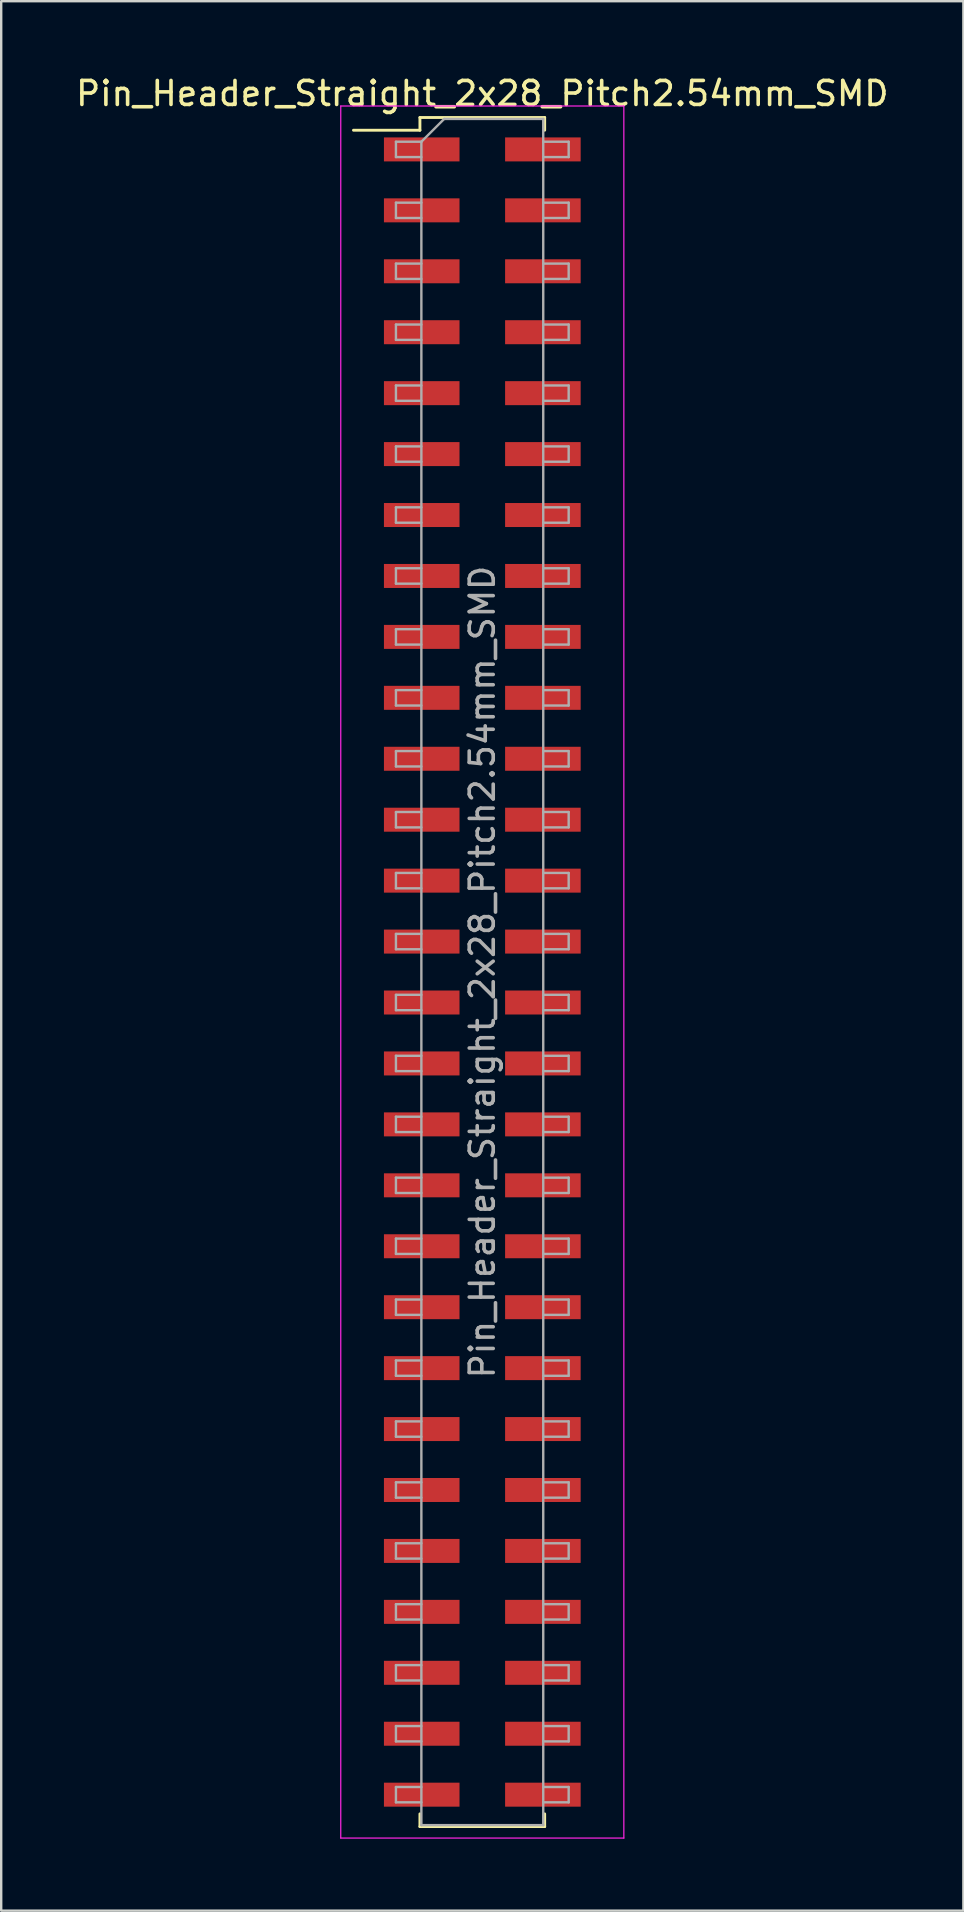
<source format=kicad_pcb>
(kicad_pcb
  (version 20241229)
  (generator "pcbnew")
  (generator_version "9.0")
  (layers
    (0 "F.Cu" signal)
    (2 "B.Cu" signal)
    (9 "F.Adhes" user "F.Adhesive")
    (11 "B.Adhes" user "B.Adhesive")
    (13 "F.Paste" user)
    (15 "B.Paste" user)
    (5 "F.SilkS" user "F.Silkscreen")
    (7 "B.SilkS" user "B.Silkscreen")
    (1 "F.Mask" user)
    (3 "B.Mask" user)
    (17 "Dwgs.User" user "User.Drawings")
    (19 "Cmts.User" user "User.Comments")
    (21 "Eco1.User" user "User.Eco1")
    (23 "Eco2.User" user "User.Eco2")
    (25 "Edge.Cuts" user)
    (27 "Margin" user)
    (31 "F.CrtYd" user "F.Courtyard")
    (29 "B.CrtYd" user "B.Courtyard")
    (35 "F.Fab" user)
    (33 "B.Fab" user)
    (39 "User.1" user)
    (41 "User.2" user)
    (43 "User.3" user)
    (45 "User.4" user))
  (footprint "Pin_Header_Straight_2x28_Pitch2.54mm_SMD"
    (layer "F.Cu")
    (at 17.054 37.468)
    (property "Reference" "Pin_Header_Straight_2x28_Pitch2.54mm_SMD" (at 0 -36.62 0) (layer "F.SilkS") (effects (font (size 1 1) (thickness 0.15))))
    (attr smd)
    (fp_line (start -5.37 -35.09) (end -2.6 -35.09) (stroke (width 0.12) (type solid)) (layer "F.SilkS"))
    (fp_line (start -2.6 -35.62) (end 2.6 -35.62) (stroke (width 0.12) (type solid)) (layer "F.SilkS"))
    (fp_line (start -2.6 -35.09) (end -2.6 -35.62) (stroke (width 0.12) (type solid)) (layer "F.SilkS"))
    (fp_line (start -2.6 35.09) (end -2.6 35.62) (stroke (width 0.12) (type solid)) (layer "F.SilkS"))
    (fp_line (start -2.6 35.62) (end 2.6 35.62) (stroke (width 0.12) (type solid)) (layer "F.SilkS"))
    (fp_line (start 2.6 -35.62) (end 2.6 -35.09) (stroke (width 0.12) (type solid)) (layer "F.SilkS"))
    (fp_line (start 2.6 35.62) (end 2.6 35.09) (stroke (width 0.12) (type solid)) (layer "F.SilkS"))
    (fp_line (start -5.9 -36.1) (end -5.9 36.1) (stroke (width 0.05) (type solid)) (layer "F.CrtYd"))
    (fp_line (start -5.9 36.1) (end 5.9 36.1) (stroke (width 0.05) (type solid)) (layer "F.CrtYd"))
    (fp_line (start 5.9 -36.1) (end -5.9 -36.1) (stroke (width 0.05) (type solid)) (layer "F.CrtYd"))
    (fp_line (start 5.9 36.1) (end 5.9 -36.1) (stroke (width 0.05) (type solid)) (layer "F.CrtYd"))
    (fp_line (start -3.6 -34.61) (end -3.6 -33.97) (stroke (width 0.1) (type solid)) (layer "F.Fab"))
    (fp_line (start -3.6 -33.97) (end -2.54 -33.97) (stroke (width 0.1) (type solid)) (layer "F.Fab"))
    (fp_line (start -3.6 -32.07) (end -3.6 -31.43) (stroke (width 0.1) (type solid)) (layer "F.Fab"))
    (fp_line (start -3.6 -31.43) (end -2.54 -31.43) (stroke (width 0.1) (type solid)) (layer "F.Fab"))
    (fp_line (start -3.6 -29.53) (end -3.6 -28.89) (stroke (width 0.1) (type solid)) (layer "F.Fab"))
    (fp_line (start -3.6 -28.89) (end -2.54 -28.89) (stroke (width 0.1) (type solid)) (layer "F.Fab"))
    (fp_line (start -3.6 -26.99) (end -3.6 -26.35) (stroke (width 0.1) (type solid)) (layer "F.Fab"))
    (fp_line (start -3.6 -26.35) (end -2.54 -26.35) (stroke (width 0.1) (type solid)) (layer "F.Fab"))
    (fp_line (start -3.6 -24.45) (end -3.6 -23.81) (stroke (width 0.1) (type solid)) (layer "F.Fab"))
    (fp_line (start -3.6 -23.81) (end -2.54 -23.81) (stroke (width 0.1) (type solid)) (layer "F.Fab"))
    (fp_line (start -3.6 -21.91) (end -3.6 -21.27) (stroke (width 0.1) (type solid)) (layer "F.Fab"))
    (fp_line (start -3.6 -21.27) (end -2.54 -21.27) (stroke (width 0.1) (type solid)) (layer "F.Fab"))
    (fp_line (start -3.6 -19.37) (end -3.6 -18.73) (stroke (width 0.1) (type solid)) (layer "F.Fab"))
    (fp_line (start -3.6 -18.73) (end -2.54 -18.73) (stroke (width 0.1) (type solid)) (layer "F.Fab"))
    (fp_line (start -3.6 -16.83) (end -3.6 -16.19) (stroke (width 0.1) (type solid)) (layer "F.Fab"))
    (fp_line (start -3.6 -16.19) (end -2.54 -16.19) (stroke (width 0.1) (type solid)) (layer "F.Fab"))
    (fp_line (start -3.6 -14.29) (end -3.6 -13.65) (stroke (width 0.1) (type solid)) (layer "F.Fab"))
    (fp_line (start -3.6 -13.65) (end -2.54 -13.65) (stroke (width 0.1) (type solid)) (layer "F.Fab"))
    (fp_line (start -3.6 -11.75) (end -3.6 -11.11) (stroke (width 0.1) (type solid)) (layer "F.Fab"))
    (fp_line (start -3.6 -11.11) (end -2.54 -11.11) (stroke (width 0.1) (type solid)) (layer "F.Fab"))
    (fp_line (start -3.6 -9.21) (end -3.6 -8.57) (stroke (width 0.1) (type solid)) (layer "F.Fab"))
    (fp_line (start -3.6 -8.57) (end -2.54 -8.57) (stroke (width 0.1) (type solid)) (layer "F.Fab"))
    (fp_line (start -3.6 -6.67) (end -3.6 -6.03) (stroke (width 0.1) (type solid)) (layer "F.Fab"))
    (fp_line (start -3.6 -6.03) (end -2.54 -6.03) (stroke (width 0.1) (type solid)) (layer "F.Fab"))
    (fp_line (start -3.6 -4.13) (end -3.6 -3.49) (stroke (width 0.1) (type solid)) (layer "F.Fab"))
    (fp_line (start -3.6 -3.49) (end -2.54 -3.49) (stroke (width 0.1) (type solid)) (layer "F.Fab"))
    (fp_line (start -3.6 -1.59) (end -3.6 -0.95) (stroke (width 0.1) (type solid)) (layer "F.Fab"))
    (fp_line (start -3.6 -0.95) (end -2.54 -0.95) (stroke (width 0.1) (type solid)) (layer "F.Fab"))
    (fp_line (start -3.6 0.95) (end -3.6 1.59) (stroke (width 0.1) (type solid)) (layer "F.Fab"))
    (fp_line (start -3.6 1.59) (end -2.54 1.59) (stroke (width 0.1) (type solid)) (layer "F.Fab"))
    (fp_line (start -3.6 3.49) (end -3.6 4.13) (stroke (width 0.1) (type solid)) (layer "F.Fab"))
    (fp_line (start -3.6 4.13) (end -2.54 4.13) (stroke (width 0.1) (type solid)) (layer "F.Fab"))
    (fp_line (start -3.6 6.03) (end -3.6 6.67) (stroke (width 0.1) (type solid)) (layer "F.Fab"))
    (fp_line (start -3.6 6.67) (end -2.54 6.67) (stroke (width 0.1) (type solid)) (layer "F.Fab"))
    (fp_line (start -3.6 8.57) (end -3.6 9.21) (stroke (width 0.1) (type solid)) (layer "F.Fab"))
    (fp_line (start -3.6 9.21) (end -2.54 9.21) (stroke (width 0.1) (type solid)) (layer "F.Fab"))
    (fp_line (start -3.6 11.11) (end -3.6 11.75) (stroke (width 0.1) (type solid)) (layer "F.Fab"))
    (fp_line (start -3.6 11.75) (end -2.54 11.75) (stroke (width 0.1) (type solid)) (layer "F.Fab"))
    (fp_line (start -3.6 13.65) (end -3.6 14.29) (stroke (width 0.1) (type solid)) (layer "F.Fab"))
    (fp_line (start -3.6 14.29) (end -2.54 14.29) (stroke (width 0.1) (type solid)) (layer "F.Fab"))
    (fp_line (start -3.6 16.19) (end -3.6 16.83) (stroke (width 0.1) (type solid)) (layer "F.Fab"))
    (fp_line (start -3.6 16.83) (end -2.54 16.83) (stroke (width 0.1) (type solid)) (layer "F.Fab"))
    (fp_line (start -3.6 18.73) (end -3.6 19.37) (stroke (width 0.1) (type solid)) (layer "F.Fab"))
    (fp_line (start -3.6 19.37) (end -2.54 19.37) (stroke (width 0.1) (type solid)) (layer "F.Fab"))
    (fp_line (start -3.6 21.27) (end -3.6 21.91) (stroke (width 0.1) (type solid)) (layer "F.Fab"))
    (fp_line (start -3.6 21.91) (end -2.54 21.91) (stroke (width 0.1) (type solid)) (layer "F.Fab"))
    (fp_line (start -3.6 23.81) (end -3.6 24.45) (stroke (width 0.1) (type solid)) (layer "F.Fab"))
    (fp_line (start -3.6 24.45) (end -2.54 24.45) (stroke (width 0.1) (type solid)) (layer "F.Fab"))
    (fp_line (start -3.6 26.35) (end -3.6 26.99) (stroke (width 0.1) (type solid)) (layer "F.Fab"))
    (fp_line (start -3.6 26.99) (end -2.54 26.99) (stroke (width 0.1) (type solid)) (layer "F.Fab"))
    (fp_line (start -3.6 28.89) (end -3.6 29.53) (stroke (width 0.1) (type solid)) (layer "F.Fab"))
    (fp_line (start -3.6 29.53) (end -2.54 29.53) (stroke (width 0.1) (type solid)) (layer "F.Fab"))
    (fp_line (start -3.6 31.43) (end -3.6 32.07) (stroke (width 0.1) (type solid)) (layer "F.Fab"))
    (fp_line (start -3.6 32.07) (end -2.54 32.07) (stroke (width 0.1) (type solid)) (layer "F.Fab"))
    (fp_line (start -3.6 33.97) (end -3.6 34.61) (stroke (width 0.1) (type solid)) (layer "F.Fab"))
    (fp_line (start -3.6 34.61) (end -2.54 34.61) (stroke (width 0.1) (type solid)) (layer "F.Fab"))
    (fp_line (start -2.54 -34.61) (end -3.6 -34.61) (stroke (width 0.1) (type solid)) (layer "F.Fab"))
    (fp_line (start -2.54 -34.61) (end -1.59 -35.56) (stroke (width 0.1) (type solid)) (layer "F.Fab"))
    (fp_line (start -2.54 -32.07) (end -3.6 -32.07) (stroke (width 0.1) (type solid)) (layer "F.Fab"))
    (fp_line (start -2.54 -29.53) (end -3.6 -29.53) (stroke (width 0.1) (type solid)) (layer "F.Fab"))
    (fp_line (start -2.54 -26.99) (end -3.6 -26.99) (stroke (width 0.1) (type solid)) (layer "F.Fab"))
    (fp_line (start -2.54 -24.45) (end -3.6 -24.45) (stroke (width 0.1) (type solid)) (layer "F.Fab"))
    (fp_line (start -2.54 -21.91) (end -3.6 -21.91) (stroke (width 0.1) (type solid)) (layer "F.Fab"))
    (fp_line (start -2.54 -19.37) (end -3.6 -19.37) (stroke (width 0.1) (type solid)) (layer "F.Fab"))
    (fp_line (start -2.54 -16.83) (end -3.6 -16.83) (stroke (width 0.1) (type solid)) (layer "F.Fab"))
    (fp_line (start -2.54 -14.29) (end -3.6 -14.29) (stroke (width 0.1) (type solid)) (layer "F.Fab"))
    (fp_line (start -2.54 -11.75) (end -3.6 -11.75) (stroke (width 0.1) (type solid)) (layer "F.Fab"))
    (fp_line (start -2.54 -9.21) (end -3.6 -9.21) (stroke (width 0.1) (type solid)) (layer "F.Fab"))
    (fp_line (start -2.54 -6.67) (end -3.6 -6.67) (stroke (width 0.1) (type solid)) (layer "F.Fab"))
    (fp_line (start -2.54 -4.13) (end -3.6 -4.13) (stroke (width 0.1) (type solid)) (layer "F.Fab"))
    (fp_line (start -2.54 -1.59) (end -3.6 -1.59) (stroke (width 0.1) (type solid)) (layer "F.Fab"))
    (fp_line (start -2.54 0.95) (end -3.6 0.95) (stroke (width 0.1) (type solid)) (layer "F.Fab"))
    (fp_line (start -2.54 3.49) (end -3.6 3.49) (stroke (width 0.1) (type solid)) (layer "F.Fab"))
    (fp_line (start -2.54 6.03) (end -3.6 6.03) (stroke (width 0.1) (type solid)) (layer "F.Fab"))
    (fp_line (start -2.54 8.57) (end -3.6 8.57) (stroke (width 0.1) (type solid)) (layer "F.Fab"))
    (fp_line (start -2.54 11.11) (end -3.6 11.11) (stroke (width 0.1) (type solid)) (layer "F.Fab"))
    (fp_line (start -2.54 13.65) (end -3.6 13.65) (stroke (width 0.1) (type solid)) (layer "F.Fab"))
    (fp_line (start -2.54 16.19) (end -3.6 16.19) (stroke (width 0.1) (type solid)) (layer "F.Fab"))
    (fp_line (start -2.54 18.73) (end -3.6 18.73) (stroke (width 0.1) (type solid)) (layer "F.Fab"))
    (fp_line (start -2.54 21.27) (end -3.6 21.27) (stroke (width 0.1) (type solid)) (layer "F.Fab"))
    (fp_line (start -2.54 23.81) (end -3.6 23.81) (stroke (width 0.1) (type solid)) (layer "F.Fab"))
    (fp_line (start -2.54 26.35) (end -3.6 26.35) (stroke (width 0.1) (type solid)) (layer "F.Fab"))
    (fp_line (start -2.54 28.89) (end -3.6 28.89) (stroke (width 0.1) (type solid)) (layer "F.Fab"))
    (fp_line (start -2.54 31.43) (end -3.6 31.43) (stroke (width 0.1) (type solid)) (layer "F.Fab"))
    (fp_line (start -2.54 33.97) (end -3.6 33.97) (stroke (width 0.1) (type solid)) (layer "F.Fab"))
    (fp_line (start -2.54 35.56) (end -2.54 -34.61) (stroke (width 0.1) (type solid)) (layer "F.Fab"))
    (fp_line (start -1.59 -35.56) (end 2.54 -35.56) (stroke (width 0.1) (type solid)) (layer "F.Fab"))
    (fp_line (start 2.54 -35.56) (end 2.54 35.56) (stroke (width 0.1) (type solid)) (layer "F.Fab"))
    (fp_line (start 2.54 -34.61) (end 3.6 -34.61) (stroke (width 0.1) (type solid)) (layer "F.Fab"))
    (fp_line (start 2.54 -32.07) (end 3.6 -32.07) (stroke (width 0.1) (type solid)) (layer "F.Fab"))
    (fp_line (start 2.54 -29.53) (end 3.6 -29.53) (stroke (width 0.1) (type solid)) (layer "F.Fab"))
    (fp_line (start 2.54 -26.99) (end 3.6 -26.99) (stroke (width 0.1) (type solid)) (layer "F.Fab"))
    (fp_line (start 2.54 -24.45) (end 3.6 -24.45) (stroke (width 0.1) (type solid)) (layer "F.Fab"))
    (fp_line (start 2.54 -21.91) (end 3.6 -21.91) (stroke (width 0.1) (type solid)) (layer "F.Fab"))
    (fp_line (start 2.54 -19.37) (end 3.6 -19.37) (stroke (width 0.1) (type solid)) (layer "F.Fab"))
    (fp_line (start 2.54 -16.83) (end 3.6 -16.83) (stroke (width 0.1) (type solid)) (layer "F.Fab"))
    (fp_line (start 2.54 -14.29) (end 3.6 -14.29) (stroke (width 0.1) (type solid)) (layer "F.Fab"))
    (fp_line (start 2.54 -11.75) (end 3.6 -11.75) (stroke (width 0.1) (type solid)) (layer "F.Fab"))
    (fp_line (start 2.54 -9.21) (end 3.6 -9.21) (stroke (width 0.1) (type solid)) (layer "F.Fab"))
    (fp_line (start 2.54 -6.67) (end 3.6 -6.67) (stroke (width 0.1) (type solid)) (layer "F.Fab"))
    (fp_line (start 2.54 -4.13) (end 3.6 -4.13) (stroke (width 0.1) (type solid)) (layer "F.Fab"))
    (fp_line (start 2.54 -1.59) (end 3.6 -1.59) (stroke (width 0.1) (type solid)) (layer "F.Fab"))
    (fp_line (start 2.54 0.95) (end 3.6 0.95) (stroke (width 0.1) (type solid)) (layer "F.Fab"))
    (fp_line (start 2.54 3.49) (end 3.6 3.49) (stroke (width 0.1) (type solid)) (layer "F.Fab"))
    (fp_line (start 2.54 6.03) (end 3.6 6.03) (stroke (width 0.1) (type solid)) (layer "F.Fab"))
    (fp_line (start 2.54 8.57) (end 3.6 8.57) (stroke (width 0.1) (type solid)) (layer "F.Fab"))
    (fp_line (start 2.54 11.11) (end 3.6 11.11) (stroke (width 0.1) (type solid)) (layer "F.Fab"))
    (fp_line (start 2.54 13.65) (end 3.6 13.65) (stroke (width 0.1) (type solid)) (layer "F.Fab"))
    (fp_line (start 2.54 16.19) (end 3.6 16.19) (stroke (width 0.1) (type solid)) (layer "F.Fab"))
    (fp_line (start 2.54 18.73) (end 3.6 18.73) (stroke (width 0.1) (type solid)) (layer "F.Fab"))
    (fp_line (start 2.54 21.27) (end 3.6 21.27) (stroke (width 0.1) (type solid)) (layer "F.Fab"))
    (fp_line (start 2.54 23.81) (end 3.6 23.81) (stroke (width 0.1) (type solid)) (layer "F.Fab"))
    (fp_line (start 2.54 26.35) (end 3.6 26.35) (stroke (width 0.1) (type solid)) (layer "F.Fab"))
    (fp_line (start 2.54 28.89) (end 3.6 28.89) (stroke (width 0.1) (type solid)) (layer "F.Fab"))
    (fp_line (start 2.54 31.43) (end 3.6 31.43) (stroke (width 0.1) (type solid)) (layer "F.Fab"))
    (fp_line (start 2.54 33.97) (end 3.6 33.97) (stroke (width 0.1) (type solid)) (layer "F.Fab"))
    (fp_line (start 2.54 35.56) (end -2.54 35.56) (stroke (width 0.1) (type solid)) (layer "F.Fab"))
    (fp_line (start 3.6 -34.61) (end 3.6 -33.97) (stroke (width 0.1) (type solid)) (layer "F.Fab"))
    (fp_line (start 3.6 -33.97) (end 2.54 -33.97) (stroke (width 0.1) (type solid)) (layer "F.Fab"))
    (fp_line (start 3.6 -32.07) (end 3.6 -31.43) (stroke (width 0.1) (type solid)) (layer "F.Fab"))
    (fp_line (start 3.6 -31.43) (end 2.54 -31.43) (stroke (width 0.1) (type solid)) (layer "F.Fab"))
    (fp_line (start 3.6 -29.53) (end 3.6 -28.89) (stroke (width 0.1) (type solid)) (layer "F.Fab"))
    (fp_line (start 3.6 -28.89) (end 2.54 -28.89) (stroke (width 0.1) (type solid)) (layer "F.Fab"))
    (fp_line (start 3.6 -26.99) (end 3.6 -26.35) (stroke (width 0.1) (type solid)) (layer "F.Fab"))
    (fp_line (start 3.6 -26.35) (end 2.54 -26.35) (stroke (width 0.1) (type solid)) (layer "F.Fab"))
    (fp_line (start 3.6 -24.45) (end 3.6 -23.81) (stroke (width 0.1) (type solid)) (layer "F.Fab"))
    (fp_line (start 3.6 -23.81) (end 2.54 -23.81) (stroke (width 0.1) (type solid)) (layer "F.Fab"))
    (fp_line (start 3.6 -21.91) (end 3.6 -21.27) (stroke (width 0.1) (type solid)) (layer "F.Fab"))
    (fp_line (start 3.6 -21.27) (end 2.54 -21.27) (stroke (width 0.1) (type solid)) (layer "F.Fab"))
    (fp_line (start 3.6 -19.37) (end 3.6 -18.73) (stroke (width 0.1) (type solid)) (layer "F.Fab"))
    (fp_line (start 3.6 -18.73) (end 2.54 -18.73) (stroke (width 0.1) (type solid)) (layer "F.Fab"))
    (fp_line (start 3.6 -16.83) (end 3.6 -16.19) (stroke (width 0.1) (type solid)) (layer "F.Fab"))
    (fp_line (start 3.6 -16.19) (end 2.54 -16.19) (stroke (width 0.1) (type solid)) (layer "F.Fab"))
    (fp_line (start 3.6 -14.29) (end 3.6 -13.65) (stroke (width 0.1) (type solid)) (layer "F.Fab"))
    (fp_line (start 3.6 -13.65) (end 2.54 -13.65) (stroke (width 0.1) (type solid)) (layer "F.Fab"))
    (fp_line (start 3.6 -11.75) (end 3.6 -11.11) (stroke (width 0.1) (type solid)) (layer "F.Fab"))
    (fp_line (start 3.6 -11.11) (end 2.54 -11.11) (stroke (width 0.1) (type solid)) (layer "F.Fab"))
    (fp_line (start 3.6 -9.21) (end 3.6 -8.57) (stroke (width 0.1) (type solid)) (layer "F.Fab"))
    (fp_line (start 3.6 -8.57) (end 2.54 -8.57) (stroke (width 0.1) (type solid)) (layer "F.Fab"))
    (fp_line (start 3.6 -6.67) (end 3.6 -6.03) (stroke (width 0.1) (type solid)) (layer "F.Fab"))
    (fp_line (start 3.6 -6.03) (end 2.54 -6.03) (stroke (width 0.1) (type solid)) (layer "F.Fab"))
    (fp_line (start 3.6 -4.13) (end 3.6 -3.49) (stroke (width 0.1) (type solid)) (layer "F.Fab"))
    (fp_line (start 3.6 -3.49) (end 2.54 -3.49) (stroke (width 0.1) (type solid)) (layer "F.Fab"))
    (fp_line (start 3.6 -1.59) (end 3.6 -0.95) (stroke (width 0.1) (type solid)) (layer "F.Fab"))
    (fp_line (start 3.6 -0.95) (end 2.54 -0.95) (stroke (width 0.1) (type solid)) (layer "F.Fab"))
    (fp_line (start 3.6 0.95) (end 3.6 1.59) (stroke (width 0.1) (type solid)) (layer "F.Fab"))
    (fp_line (start 3.6 1.59) (end 2.54 1.59) (stroke (width 0.1) (type solid)) (layer "F.Fab"))
    (fp_line (start 3.6 3.49) (end 3.6 4.13) (stroke (width 0.1) (type solid)) (layer "F.Fab"))
    (fp_line (start 3.6 4.13) (end 2.54 4.13) (stroke (width 0.1) (type solid)) (layer "F.Fab"))
    (fp_line (start 3.6 6.03) (end 3.6 6.67) (stroke (width 0.1) (type solid)) (layer "F.Fab"))
    (fp_line (start 3.6 6.67) (end 2.54 6.67) (stroke (width 0.1) (type solid)) (layer "F.Fab"))
    (fp_line (start 3.6 8.57) (end 3.6 9.21) (stroke (width 0.1) (type solid)) (layer "F.Fab"))
    (fp_line (start 3.6 9.21) (end 2.54 9.21) (stroke (width 0.1) (type solid)) (layer "F.Fab"))
    (fp_line (start 3.6 11.11) (end 3.6 11.75) (stroke (width 0.1) (type solid)) (layer "F.Fab"))
    (fp_line (start 3.6 11.75) (end 2.54 11.75) (stroke (width 0.1) (type solid)) (layer "F.Fab"))
    (fp_line (start 3.6 13.65) (end 3.6 14.29) (stroke (width 0.1) (type solid)) (layer "F.Fab"))
    (fp_line (start 3.6 14.29) (end 2.54 14.29) (stroke (width 0.1) (type solid)) (layer "F.Fab"))
    (fp_line (start 3.6 16.19) (end 3.6 16.83) (stroke (width 0.1) (type solid)) (layer "F.Fab"))
    (fp_line (start 3.6 16.83) (end 2.54 16.83) (stroke (width 0.1) (type solid)) (layer "F.Fab"))
    (fp_line (start 3.6 18.73) (end 3.6 19.37) (stroke (width 0.1) (type solid)) (layer "F.Fab"))
    (fp_line (start 3.6 19.37) (end 2.54 19.37) (stroke (width 0.1) (type solid)) (layer "F.Fab"))
    (fp_line (start 3.6 21.27) (end 3.6 21.91) (stroke (width 0.1) (type solid)) (layer "F.Fab"))
    (fp_line (start 3.6 21.91) (end 2.54 21.91) (stroke (width 0.1) (type solid)) (layer "F.Fab"))
    (fp_line (start 3.6 23.81) (end 3.6 24.45) (stroke (width 0.1) (type solid)) (layer "F.Fab"))
    (fp_line (start 3.6 24.45) (end 2.54 24.45) (stroke (width 0.1) (type solid)) (layer "F.Fab"))
    (fp_line (start 3.6 26.35) (end 3.6 26.99) (stroke (width 0.1) (type solid)) (layer "F.Fab"))
    (fp_line (start 3.6 26.99) (end 2.54 26.99) (stroke (width 0.1) (type solid)) (layer "F.Fab"))
    (fp_line (start 3.6 28.89) (end 3.6 29.53) (stroke (width 0.1) (type solid)) (layer "F.Fab"))
    (fp_line (start 3.6 29.53) (end 2.54 29.53) (stroke (width 0.1) (type solid)) (layer "F.Fab"))
    (fp_line (start 3.6 31.43) (end 3.6 32.07) (stroke (width 0.1) (type solid)) (layer "F.Fab"))
    (fp_line (start 3.6 32.07) (end 2.54 32.07) (stroke (width 0.1) (type solid)) (layer "F.Fab"))
    (fp_line (start 3.6 33.97) (end 3.6 34.61) (stroke (width 0.1) (type solid)) (layer "F.Fab"))
    (fp_line (start 3.6 34.61) (end 2.54 34.61) (stroke (width 0.1) (type solid)) (layer "F.Fab"))
    (fp_text user "${REFERENCE}" (at 0 0 90) (layer "F.Fab") (effects (font (size 1 1) (thickness 0.15))))
    (pad "1" smd rect (at -2.525 -34.29) (size 3.15 1) (layers "F.Cu" "F.Mask" "F.Paste"))
    (pad "2" smd rect (at 2.525 -34.29) (size 3.15 1) (layers "F.Cu" "F.Mask" "F.Paste"))
    (pad "3" smd rect (at -2.525 -31.75) (size 3.15 1) (layers "F.Cu" "F.Mask" "F.Paste"))
    (pad "4" smd rect (at 2.525 -31.75) (size 3.15 1) (layers "F.Cu" "F.Mask" "F.Paste"))
    (pad "5" smd rect (at -2.525 -29.21) (size 3.15 1) (layers "F.Cu" "F.Mask" "F.Paste"))
    (pad "6" smd rect (at 2.525 -29.21) (size 3.15 1) (layers "F.Cu" "F.Mask" "F.Paste"))
    (pad "7" smd rect (at -2.525 -26.67) (size 3.15 1) (layers "F.Cu" "F.Mask" "F.Paste"))
    (pad "8" smd rect (at 2.525 -26.67) (size 3.15 1) (layers "F.Cu" "F.Mask" "F.Paste"))
    (pad "9" smd rect (at -2.525 -24.13) (size 3.15 1) (layers "F.Cu" "F.Mask" "F.Paste"))
    (pad "10" smd rect (at 2.525 -24.13) (size 3.15 1) (layers "F.Cu" "F.Mask" "F.Paste"))
    (pad "11" smd rect (at -2.525 -21.59) (size 3.15 1) (layers "F.Cu" "F.Mask" "F.Paste"))
    (pad "12" smd rect (at 2.525 -21.59) (size 3.15 1) (layers "F.Cu" "F.Mask" "F.Paste"))
    (pad "13" smd rect (at -2.525 -19.05) (size 3.15 1) (layers "F.Cu" "F.Mask" "F.Paste"))
    (pad "14" smd rect (at 2.525 -19.05) (size 3.15 1) (layers "F.Cu" "F.Mask" "F.Paste"))
    (pad "15" smd rect (at -2.525 -16.51) (size 3.15 1) (layers "F.Cu" "F.Mask" "F.Paste"))
    (pad "16" smd rect (at 2.525 -16.51) (size 3.15 1) (layers "F.Cu" "F.Mask" "F.Paste"))
    (pad "17" smd rect (at -2.525 -13.97) (size 3.15 1) (layers "F.Cu" "F.Mask" "F.Paste"))
    (pad "18" smd rect (at 2.525 -13.97) (size 3.15 1) (layers "F.Cu" "F.Mask" "F.Paste"))
    (pad "19" smd rect (at -2.525 -11.43) (size 3.15 1) (layers "F.Cu" "F.Mask" "F.Paste"))
    (pad "20" smd rect (at 2.525 -11.43) (size 3.15 1) (layers "F.Cu" "F.Mask" "F.Paste"))
    (pad "21" smd rect (at -2.525 -8.89) (size 3.15 1) (layers "F.Cu" "F.Mask" "F.Paste"))
    (pad "22" smd rect (at 2.525 -8.89) (size 3.15 1) (layers "F.Cu" "F.Mask" "F.Paste"))
    (pad "23" smd rect (at -2.525 -6.35) (size 3.15 1) (layers "F.Cu" "F.Mask" "F.Paste"))
    (pad "24" smd rect (at 2.525 -6.35) (size 3.15 1) (layers "F.Cu" "F.Mask" "F.Paste"))
    (pad "25" smd rect (at -2.525 -3.81) (size 3.15 1) (layers "F.Cu" "F.Mask" "F.Paste"))
    (pad "26" smd rect (at 2.525 -3.81) (size 3.15 1) (layers "F.Cu" "F.Mask" "F.Paste"))
    (pad "27" smd rect (at -2.525 -1.27) (size 3.15 1) (layers "F.Cu" "F.Mask" "F.Paste"))
    (pad "28" smd rect (at 2.525 -1.27) (size 3.15 1) (layers "F.Cu" "F.Mask" "F.Paste"))
    (pad "29" smd rect (at -2.525 1.27) (size 3.15 1) (layers "F.Cu" "F.Mask" "F.Paste"))
    (pad "30" smd rect (at 2.525 1.27) (size 3.15 1) (layers "F.Cu" "F.Mask" "F.Paste"))
    (pad "31" smd rect (at -2.525 3.81) (size 3.15 1) (layers "F.Cu" "F.Mask" "F.Paste"))
    (pad "32" smd rect (at 2.525 3.81) (size 3.15 1) (layers "F.Cu" "F.Mask" "F.Paste"))
    (pad "33" smd rect (at -2.525 6.35) (size 3.15 1) (layers "F.Cu" "F.Mask" "F.Paste"))
    (pad "34" smd rect (at 2.525 6.35) (size 3.15 1) (layers "F.Cu" "F.Mask" "F.Paste"))
    (pad "35" smd rect (at -2.525 8.89) (size 3.15 1) (layers "F.Cu" "F.Mask" "F.Paste"))
    (pad "36" smd rect (at 2.525 8.89) (size 3.15 1) (layers "F.Cu" "F.Mask" "F.Paste"))
    (pad "37" smd rect (at -2.525 11.43) (size 3.15 1) (layers "F.Cu" "F.Mask" "F.Paste"))
    (pad "38" smd rect (at 2.525 11.43) (size 3.15 1) (layers "F.Cu" "F.Mask" "F.Paste"))
    (pad "39" smd rect (at -2.525 13.97) (size 3.15 1) (layers "F.Cu" "F.Mask" "F.Paste"))
    (pad "40" smd rect (at 2.525 13.97) (size 3.15 1) (layers "F.Cu" "F.Mask" "F.Paste"))
    (pad "41" smd rect (at -2.525 16.51) (size 3.15 1) (layers "F.Cu" "F.Mask" "F.Paste"))
    (pad "42" smd rect (at 2.525 16.51) (size 3.15 1) (layers "F.Cu" "F.Mask" "F.Paste"))
    (pad "43" smd rect (at -2.525 19.05) (size 3.15 1) (layers "F.Cu" "F.Mask" "F.Paste"))
    (pad "44" smd rect (at 2.525 19.05) (size 3.15 1) (layers "F.Cu" "F.Mask" "F.Paste"))
    (pad "45" smd rect (at -2.525 21.59) (size 3.15 1) (layers "F.Cu" "F.Mask" "F.Paste"))
    (pad "46" smd rect (at 2.525 21.59) (size 3.15 1) (layers "F.Cu" "F.Mask" "F.Paste"))
    (pad "47" smd rect (at -2.525 24.13) (size 3.15 1) (layers "F.Cu" "F.Mask" "F.Paste"))
    (pad "48" smd rect (at 2.525 24.13) (size 3.15 1) (layers "F.Cu" "F.Mask" "F.Paste"))
    (pad "49" smd rect (at -2.525 26.67) (size 3.15 1) (layers "F.Cu" "F.Mask" "F.Paste"))
    (pad "50" smd rect (at 2.525 26.67) (size 3.15 1) (layers "F.Cu" "F.Mask" "F.Paste"))
    (pad "51" smd rect (at -2.525 29.21) (size 3.15 1) (layers "F.Cu" "F.Mask" "F.Paste"))
    (pad "52" smd rect (at 2.525 29.21) (size 3.15 1) (layers "F.Cu" "F.Mask" "F.Paste"))
    (pad "53" smd rect (at -2.525 31.75) (size 3.15 1) (layers "F.Cu" "F.Mask" "F.Paste"))
    (pad "54" smd rect (at 2.525 31.75) (size 3.15 1) (layers "F.Cu" "F.Mask" "F.Paste"))
    (pad "55" smd rect (at -2.525 34.29) (size 3.15 1) (layers "F.Cu" "F.Mask" "F.Paste"))
    (pad "56" smd rect (at 2.525 34.29) (size 3.15 1) (layers "F.Cu" "F.Mask" "F.Paste")))
  (gr_rect
    (start -3 -3)
    (end 37.107 76.593)
    (stroke (width 0.1) (type default))
    (fill no)
    (layer "Edge.Cuts")))
</source>
